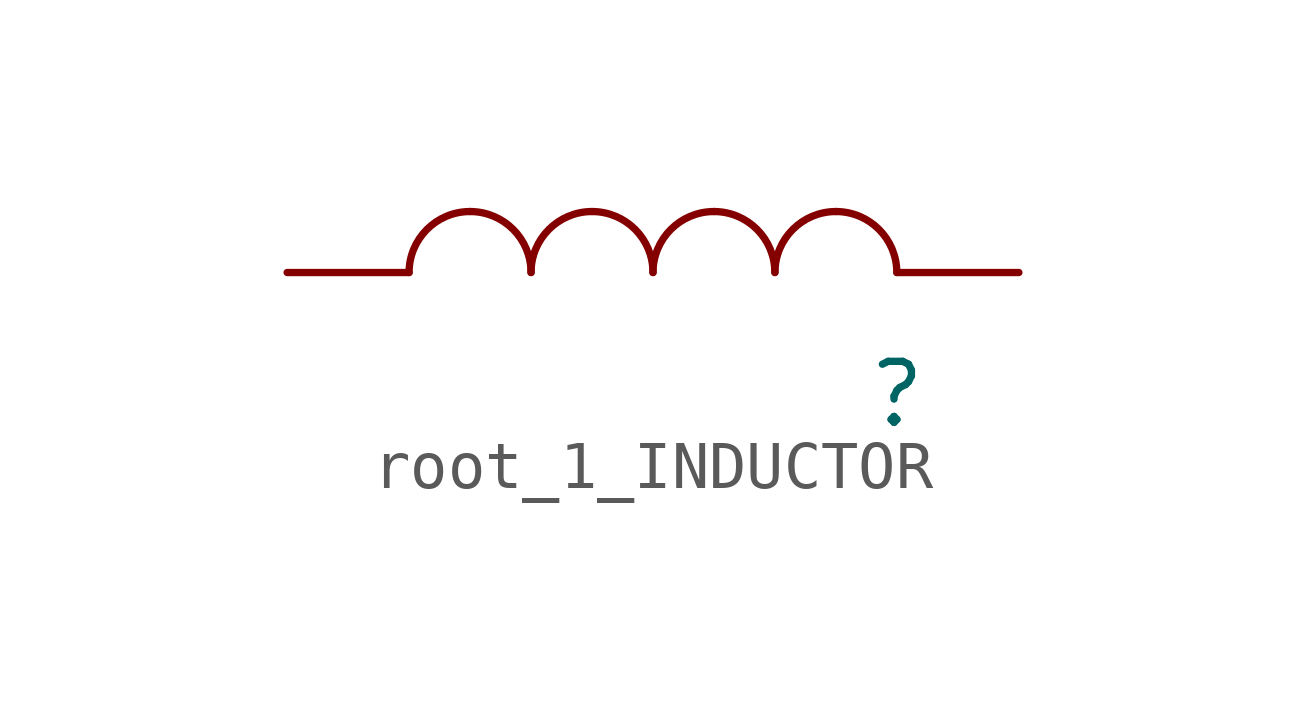
<source format=kicad_sym>
(kicad_symbol_lib
  (version 20220914)
  (generator kicad_symbol_editor)
  (symbol "root_1_INDUCTOR"
    (property "Reference" ""
      (at 0 0 0)
      (effects (font (size 1.27 1.27))))
    (property "Value" ""
      (at 0 0 0)
      (effects (font (size 1.27 1.27))))
    (symbol "root_1_INDUCTOR_1_0"
      (arc (start -8.89 3.81) (mid -9.788 3.438) (end -10.16 2.54) (stroke (width 0) (type solid)) (fill (type none)))
      (arc (start -7.62 2.54) (mid -7.992 3.438) (end -8.89 3.81) (stroke (width 0) (type solid)) (fill (type none)))
      (arc (start -6.35 3.81) (mid -7.248 3.438) (end -7.62 2.54) (stroke (width 0) (type solid)) (fill (type none)))
      (arc (start -5.08 2.54) (mid -5.452 3.438) (end -6.35 3.81) (stroke (width 0) (type solid)) (fill (type none)))
      (arc (start -3.81 3.81) (mid -4.708 3.438) (end -5.08 2.54) (stroke (width 0) (type solid)) (fill (type none)))
      (arc (start -2.54 2.54) (mid -2.912 3.438) (end -3.81 3.81) (stroke (width 0) (type solid)) (fill (type none)))
      (arc (start -1.27 3.81) (mid -2.168 3.438) (end -2.54 2.54) (stroke (width 0) (type solid)) (fill (type none)))
      (arc (start 0 2.54) (mid -0.372 3.438) (end -1.27 3.81) (stroke (width 0) (type solid)) (fill (type none)))
      (pin passive line (at -12.7 2.54 0) (length 2.54) (name "1" (effects (font (size 0 0)))) (number "1" (effects (font (size 0 0)))))
      (pin passive line (at 2.54 2.54 180) (length 2.54) (name "2" (effects (font (size 0 0)))) (number "2" (effects (font (size 0 0))))))))
</source>
